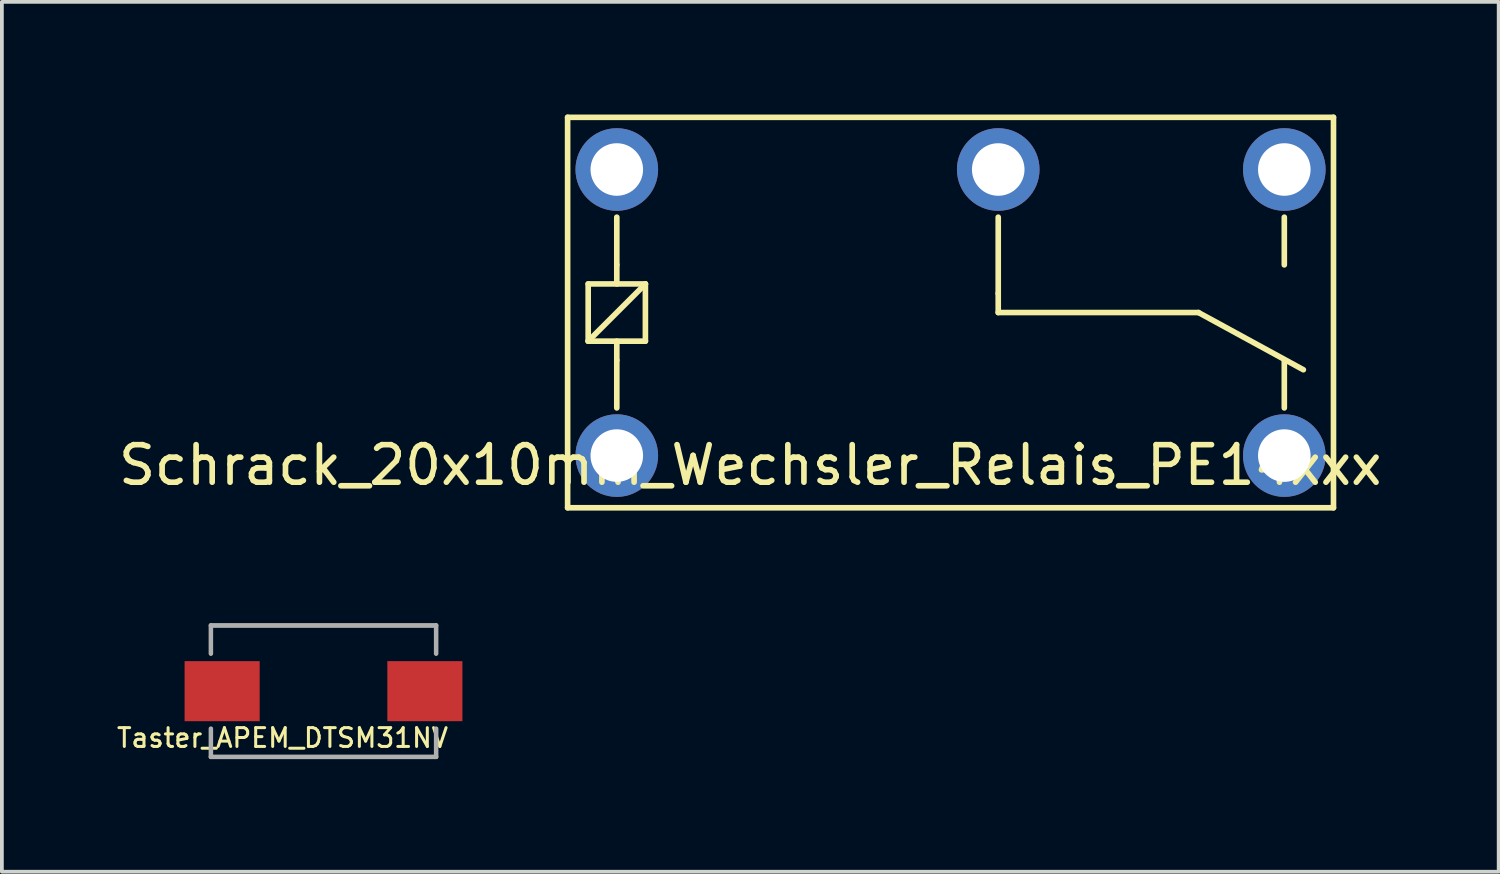
<source format=kicad_pcb>
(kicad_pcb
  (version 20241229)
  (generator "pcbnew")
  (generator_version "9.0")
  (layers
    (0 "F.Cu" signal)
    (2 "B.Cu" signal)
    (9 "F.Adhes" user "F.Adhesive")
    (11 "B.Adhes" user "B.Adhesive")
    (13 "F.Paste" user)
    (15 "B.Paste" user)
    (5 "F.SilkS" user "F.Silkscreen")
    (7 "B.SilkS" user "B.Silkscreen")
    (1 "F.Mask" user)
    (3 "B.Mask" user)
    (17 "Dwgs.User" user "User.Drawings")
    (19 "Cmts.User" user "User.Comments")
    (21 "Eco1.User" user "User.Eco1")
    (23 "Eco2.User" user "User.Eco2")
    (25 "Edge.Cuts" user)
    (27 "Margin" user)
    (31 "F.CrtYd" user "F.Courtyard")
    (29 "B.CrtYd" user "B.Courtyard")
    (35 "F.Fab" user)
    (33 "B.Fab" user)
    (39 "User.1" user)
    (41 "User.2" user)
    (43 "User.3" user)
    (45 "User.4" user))
  (footprint "Schrack_20x10mm_Wechsler_Relais_PE14xxx"
    (layer "F.Cu")
    (at 22.269 5.275)
    (property "Reference" "Schrack_20x10mm_Wechsler_Relais_PE14xxx" (at -5.334 4.064 0) (layer "F.SilkS") (effects (font (size 1 1) (thickness 0.15))))
    (attr through_hole)
    (fp_line (start -10.2 -5.2) (end 10.2 -5.2) (stroke (width 0.15) (type solid)) (layer "F.SilkS"))
    (fp_line (start -10.2 5.2) (end -10.2 -5.2) (stroke (width 0.15) (type solid)) (layer "F.SilkS"))
    (fp_line (start -9.652 -0.762) (end -8.128 -0.762) (stroke (width 0.15) (type solid)) (layer "F.SilkS"))
    (fp_line (start -9.652 0.762) (end -9.652 -0.762) (stroke (width 0.15) (type solid)) (layer "F.SilkS"))
    (fp_line (start -9.652 0.762) (end -8.128 -0.762) (stroke (width 0.15) (type solid)) (layer "F.SilkS"))
    (fp_line (start -8.89 -2.54) (end -8.89 -1.27) (stroke (width 0.15) (type solid)) (layer "F.SilkS"))
    (fp_line (start -8.89 -1.27) (end -8.89 -0.762) (stroke (width 0.15) (type solid)) (layer "F.SilkS"))
    (fp_line (start -8.89 1.27) (end -8.89 0.762) (stroke (width 0.15) (type solid)) (layer "F.SilkS"))
    (fp_line (start -8.89 2.54) (end -8.89 1.27) (stroke (width 0.15) (type solid)) (layer "F.SilkS"))
    (fp_line (start -8.128 -0.762) (end -8.128 0.762) (stroke (width 0.15) (type solid)) (layer "F.SilkS"))
    (fp_line (start -8.128 0.762) (end -9.652 0.762) (stroke (width 0.15) (type solid)) (layer "F.SilkS"))
    (fp_line (start 1.27 -2.54) (end 1.27 -0.508) (stroke (width 0.15) (type solid)) (layer "F.SilkS"))
    (fp_line (start 1.27 -0.508) (end 1.27 0) (stroke (width 0.15) (type solid)) (layer "F.SilkS"))
    (fp_line (start 1.27 0) (end 6.604 0) (stroke (width 0.15) (type solid)) (layer "F.SilkS"))
    (fp_line (start 6.604 0) (end 9.398 1.524) (stroke (width 0.15) (type solid)) (layer "F.SilkS"))
    (fp_line (start 8.89 -2.54) (end 8.89 -1.27) (stroke (width 0.15) (type solid)) (layer "F.SilkS"))
    (fp_line (start 8.89 2.54) (end 8.89 1.27) (stroke (width 0.15) (type solid)) (layer "F.SilkS"))
    (fp_line (start 10.2 -5.2) (end 10.2 5.2) (stroke (width 0.15) (type solid)) (layer "F.SilkS"))
    (fp_line (start 10.2 5.2) (end -10.2 5.2) (stroke (width 0.15) (type solid)) (layer "F.SilkS"))
    (pad "11" thru_hole circle (at 1.27 -3.81) (size 2.2 2.2) (drill 1.4) (layers "*.Cu" "*.Mask"))
    (pad "12" thru_hole circle (at 8.89 3.81) (size 2.2 2.2) (drill 1.4) (layers "*.Cu" "*.Mask"))
    (pad "14" thru_hole circle (at 8.89 -3.81) (size 2.2 2.2) (drill 1.4) (layers "*.Cu" "*.Mask"))
    (pad "A1" thru_hole circle (at -8.89 -3.81) (size 2.2 2.2) (drill 1.4) (layers "*.Cu" "*.Mask"))
    (pad "A2" thru_hole circle (at -8.89 3.81) (size 2.2 2.2) (drill 1.4) (layers "*.Cu" "*.Mask")))
  (footprint "Taster_APEM_DTSM31NV"
    (layer "F.Cu")
    (at 5.567 15.36)
    (property "Reference" "Taster_APEM_DTSM31NV" (at -1.092 1.245 0) (layer "F.SilkS") (effects (font (size 0.5 0.5) (thickness 0.08))))
    (attr through_hole)
    (fp_line (start -3 -1.75) (end 3 -1.75) (stroke (width 0.1) (type solid)) (layer "F.SilkS"))
    (fp_line (start -3 -1) (end -3 -1.75) (stroke (width 0.1) (type solid)) (layer "F.SilkS"))
    (fp_line (start -3 1) (end -3 1.75) (stroke (width 0.1) (type solid)) (layer "F.SilkS"))
    (fp_line (start -3 1.75) (end 3 1.75) (stroke (width 0.1) (type solid)) (layer "F.SilkS"))
    (fp_line (start 3 -1.75) (end 3 -1) (stroke (width 0.1) (type solid)) (layer "F.SilkS"))
    (fp_line (start 3 1.75) (end 3 1) (stroke (width 0.1) (type solid)) (layer "F.SilkS"))
    (fp_line (start -3 -1.75) (end 3 -1.75) (stroke (width 0.12) (type solid)) (layer "F.Fab"))
    (fp_line (start -3 -1) (end -3 -1.75) (stroke (width 0.12) (type solid)) (layer "F.Fab"))
    (fp_line (start -3 1.75) (end -3 1) (stroke (width 0.12) (type solid)) (layer "F.Fab"))
    (fp_line (start 3 -1.75) (end 3 -1) (stroke (width 0.12) (type solid)) (layer "F.Fab"))
    (fp_line (start 3 1) (end 3 1.75) (stroke (width 0.12) (type solid)) (layer "F.Fab"))
    (fp_line (start 3 1.75) (end -3 1.75) (stroke (width 0.12) (type solid)) (layer "F.Fab"))
    (pad "1" smd rect (at -2.7 0) (size 2 1.6) (layers "F.Cu" "F.Mask" "F.Paste"))
    (pad "2" smd rect (at 2.7 0) (size 2 1.6) (layers "F.Cu" "F.Mask" "F.Paste")))
  (gr_rect
    (start -3 -3)
    (end 36.869 20.17)
    (stroke (width 0.1) (type default))
    (fill no)
    (layer "Edge.Cuts")))
</source>
